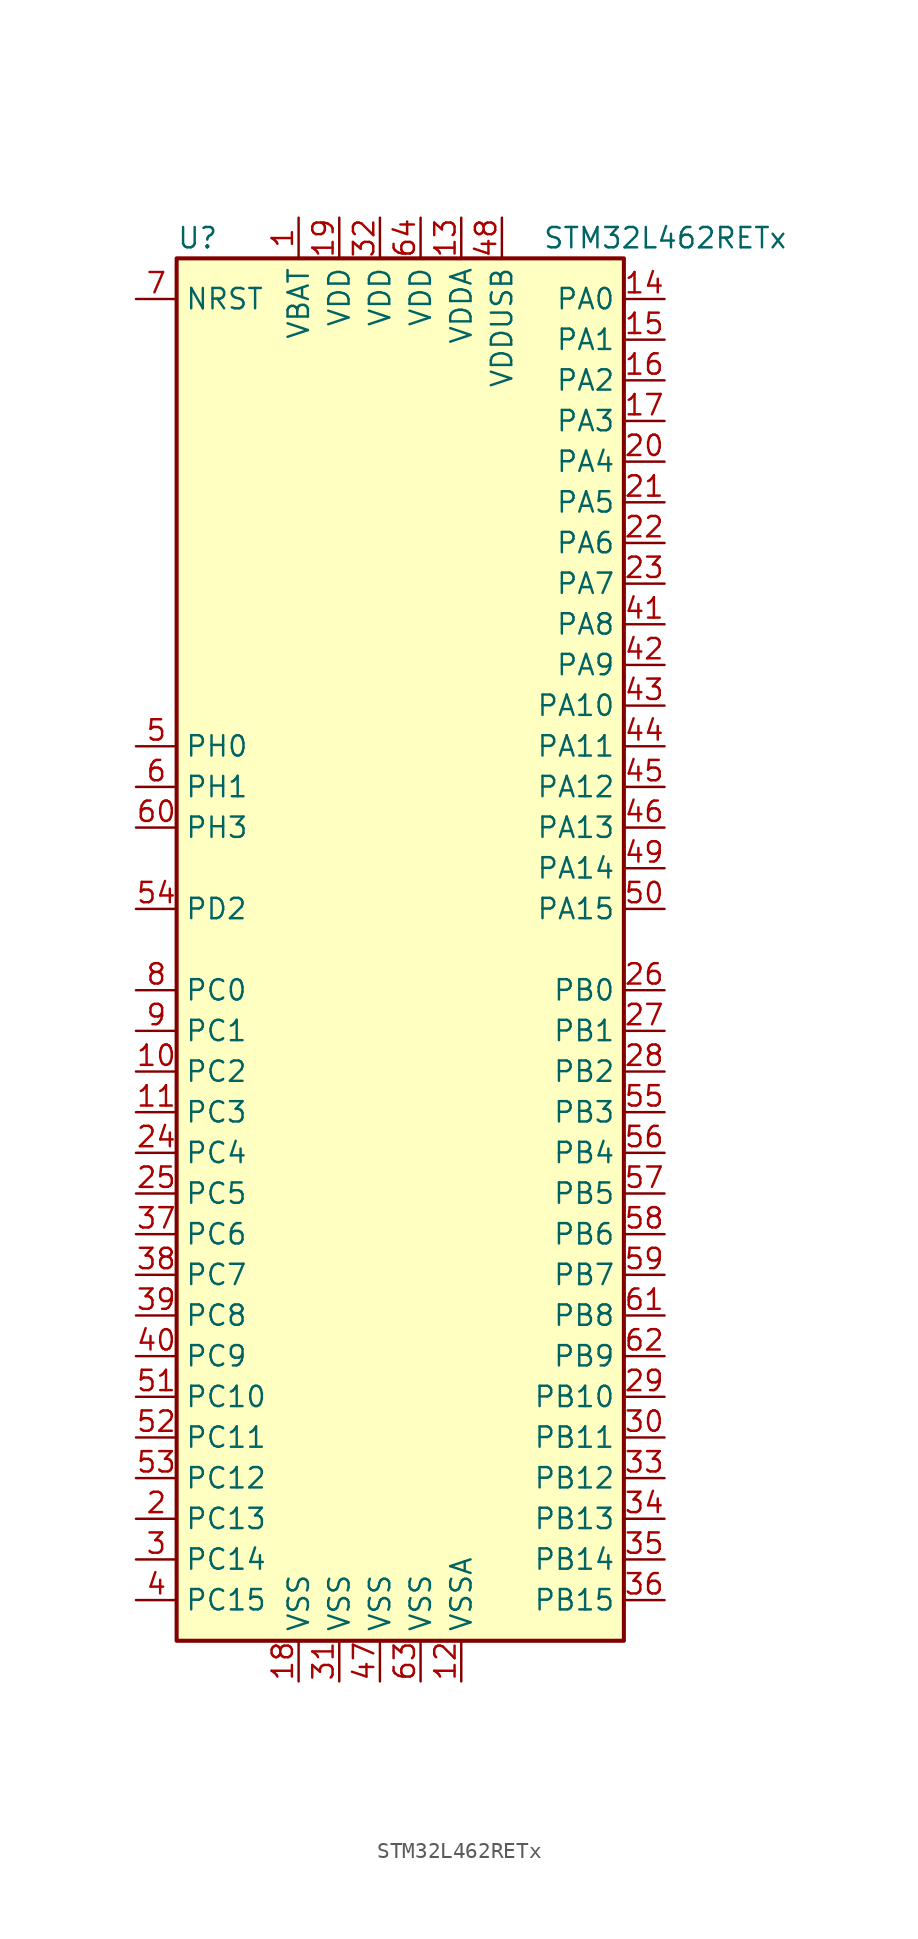
<source format=kicad_sym>
(kicad_symbol_lib
  (version 20220914)
  (generator kicad_symbol_editor)
  (symbol "STM32L462RETx"
    (property "Reference" "U"
      (at -15.24 44.45 0)
      (effects (font (size 1.27 1.27)) (justify left)))
    (property "Value" "STM32L462RETx"
      (at 7.62 44.45 0)
      (effects (font (size 1.27 1.27)) (justify left)))
    (symbol "STM32L462RETx_0_1"
      (rectangle (start -15.24 -43.18) (end 12.7 43.18) (stroke (width 0.254) (type default)) (fill (type background))))
    (symbol "STM32L462RETx_1_1"
      (pin power_in line (at -7.62 45.72 270) (length 2.54) (name "VBAT" (effects (font (size 1.27 1.27)))) (number "1" (effects (font (size 1.27 1.27)))))
      (pin bidirectional line (at -17.78 -7.62 0) (length 2.54) (name "PC2" (effects (font (size 1.27 1.27)))) (number "10" (effects (font (size 1.27 1.27)))))
      (pin bidirectional line (at -17.78 -10.16 0) (length 2.54) (name "PC3" (effects (font (size 1.27 1.27)))) (number "11" (effects (font (size 1.27 1.27)))))
      (pin power_in line (at 2.54 -45.72 90) (length 2.54) (name "VSSA" (effects (font (size 1.27 1.27)))) (number "12" (effects (font (size 1.27 1.27)))))
      (pin power_in line (at 2.54 45.72 270) (length 2.54) (name "VDDA" (effects (font (size 1.27 1.27)))) (number "13" (effects (font (size 1.27 1.27)))))
      (pin bidirectional line (at 15.24 40.64 180) (length 2.54) (name "PA0" (effects (font (size 1.27 1.27)))) (number "14" (effects (font (size 1.27 1.27)))))
      (pin bidirectional line (at 15.24 38.1 180) (length 2.54) (name "PA1" (effects (font (size 1.27 1.27)))) (number "15" (effects (font (size 1.27 1.27)))))
      (pin bidirectional line (at 15.24 35.56 180) (length 2.54) (name "PA2" (effects (font (size 1.27 1.27)))) (number "16" (effects (font (size 1.27 1.27)))))
      (pin bidirectional line (at 15.24 33.02 180) (length 2.54) (name "PA3" (effects (font (size 1.27 1.27)))) (number "17" (effects (font (size 1.27 1.27)))))
      (pin power_in line (at -7.62 -45.72 90) (length 2.54) (name "VSS" (effects (font (size 1.27 1.27)))) (number "18" (effects (font (size 1.27 1.27)))))
      (pin power_in line (at -5.08 45.72 270) (length 2.54) (name "VDD" (effects (font (size 1.27 1.27)))) (number "19" (effects (font (size 1.27 1.27)))))
      (pin bidirectional line (at -17.78 -35.56 0) (length 2.54) (name "PC13" (effects (font (size 1.27 1.27)))) (number "2" (effects (font (size 1.27 1.27)))))
      (pin bidirectional line (at 15.24 30.48 180) (length 2.54) (name "PA4" (effects (font (size 1.27 1.27)))) (number "20" (effects (font (size 1.27 1.27)))))
      (pin bidirectional line (at 15.24 27.94 180) (length 2.54) (name "PA5" (effects (font (size 1.27 1.27)))) (number "21" (effects (font (size 1.27 1.27)))))
      (pin bidirectional line (at 15.24 25.4 180) (length 2.54) (name "PA6" (effects (font (size 1.27 1.27)))) (number "22" (effects (font (size 1.27 1.27)))))
      (pin bidirectional line (at 15.24 22.86 180) (length 2.54) (name "PA7" (effects (font (size 1.27 1.27)))) (number "23" (effects (font (size 1.27 1.27)))))
      (pin bidirectional line (at -17.78 -12.7 0) (length 2.54) (name "PC4" (effects (font (size 1.27 1.27)))) (number "24" (effects (font (size 1.27 1.27)))))
      (pin bidirectional line (at -17.78 -15.24 0) (length 2.54) (name "PC5" (effects (font (size 1.27 1.27)))) (number "25" (effects (font (size 1.27 1.27)))))
      (pin bidirectional line (at 15.24 -2.54 180) (length 2.54) (name "PB0" (effects (font (size 1.27 1.27)))) (number "26" (effects (font (size 1.27 1.27)))))
      (pin bidirectional line (at 15.24 -5.08 180) (length 2.54) (name "PB1" (effects (font (size 1.27 1.27)))) (number "27" (effects (font (size 1.27 1.27)))))
      (pin bidirectional line (at 15.24 -7.62 180) (length 2.54) (name "PB2" (effects (font (size 1.27 1.27)))) (number "28" (effects (font (size 1.27 1.27)))))
      (pin bidirectional line (at 15.24 -27.94 180) (length 2.54) (name "PB10" (effects (font (size 1.27 1.27)))) (number "29" (effects (font (size 1.27 1.27)))))
      (pin bidirectional line (at -17.78 -38.1 0) (length 2.54) (name "PC14" (effects (font (size 1.27 1.27)))) (number "3" (effects (font (size 1.27 1.27)))))
      (pin bidirectional line (at 15.24 -30.48 180) (length 2.54) (name "PB11" (effects (font (size 1.27 1.27)))) (number "30" (effects (font (size 1.27 1.27)))))
      (pin power_in line (at -5.08 -45.72 90) (length 2.54) (name "VSS" (effects (font (size 1.27 1.27)))) (number "31" (effects (font (size 1.27 1.27)))))
      (pin power_in line (at -2.54 45.72 270) (length 2.54) (name "VDD" (effects (font (size 1.27 1.27)))) (number "32" (effects (font (size 1.27 1.27)))))
      (pin bidirectional line (at 15.24 -33.02 180) (length 2.54) (name "PB12" (effects (font (size 1.27 1.27)))) (number "33" (effects (font (size 1.27 1.27)))))
      (pin bidirectional line (at 15.24 -35.56 180) (length 2.54) (name "PB13" (effects (font (size 1.27 1.27)))) (number "34" (effects (font (size 1.27 1.27)))))
      (pin bidirectional line (at 15.24 -38.1 180) (length 2.54) (name "PB14" (effects (font (size 1.27 1.27)))) (number "35" (effects (font (size 1.27 1.27)))))
      (pin bidirectional line (at 15.24 -40.64 180) (length 2.54) (name "PB15" (effects (font (size 1.27 1.27)))) (number "36" (effects (font (size 1.27 1.27)))))
      (pin bidirectional line (at -17.78 -17.78 0) (length 2.54) (name "PC6" (effects (font (size 1.27 1.27)))) (number "37" (effects (font (size 1.27 1.27)))))
      (pin bidirectional line (at -17.78 -20.32 0) (length 2.54) (name "PC7" (effects (font (size 1.27 1.27)))) (number "38" (effects (font (size 1.27 1.27)))))
      (pin bidirectional line (at -17.78 -22.86 0) (length 2.54) (name "PC8" (effects (font (size 1.27 1.27)))) (number "39" (effects (font (size 1.27 1.27)))))
      (pin bidirectional line (at -17.78 -40.64 0) (length 2.54) (name "PC15" (effects (font (size 1.27 1.27)))) (number "4" (effects (font (size 1.27 1.27)))))
      (pin bidirectional line (at -17.78 -25.4 0) (length 2.54) (name "PC9" (effects (font (size 1.27 1.27)))) (number "40" (effects (font (size 1.27 1.27)))))
      (pin bidirectional line (at 15.24 20.32 180) (length 2.54) (name "PA8" (effects (font (size 1.27 1.27)))) (number "41" (effects (font (size 1.27 1.27)))))
      (pin bidirectional line (at 15.24 17.78 180) (length 2.54) (name "PA9" (effects (font (size 1.27 1.27)))) (number "42" (effects (font (size 1.27 1.27)))))
      (pin bidirectional line (at 15.24 15.24 180) (length 2.54) (name "PA10" (effects (font (size 1.27 1.27)))) (number "43" (effects (font (size 1.27 1.27)))))
      (pin bidirectional line (at 15.24 12.7 180) (length 2.54) (name "PA11" (effects (font (size 1.27 1.27)))) (number "44" (effects (font (size 1.27 1.27)))))
      (pin bidirectional line (at 15.24 10.16 180) (length 2.54) (name "PA12" (effects (font (size 1.27 1.27)))) (number "45" (effects (font (size 1.27 1.27)))))
      (pin bidirectional line (at 15.24 7.62 180) (length 2.54) (name "PA13" (effects (font (size 1.27 1.27)))) (number "46" (effects (font (size 1.27 1.27)))))
      (pin power_in line (at -2.54 -45.72 90) (length 2.54) (name "VSS" (effects (font (size 1.27 1.27)))) (number "47" (effects (font (size 1.27 1.27)))))
      (pin power_in line (at 5.08 45.72 270) (length 2.54) (name "VDDUSB" (effects (font (size 1.27 1.27)))) (number "48" (effects (font (size 1.27 1.27)))))
      (pin bidirectional line (at 15.24 5.08 180) (length 2.54) (name "PA14" (effects (font (size 1.27 1.27)))) (number "49" (effects (font (size 1.27 1.27)))))
      (pin input line (at -17.78 12.7 0) (length 2.54) (name "PH0" (effects (font (size 1.27 1.27)))) (number "5" (effects (font (size 1.27 1.27)))))
      (pin bidirectional line (at 15.24 2.54 180) (length 2.54) (name "PA15" (effects (font (size 1.27 1.27)))) (number "50" (effects (font (size 1.27 1.27)))))
      (pin bidirectional line (at -17.78 -27.94 0) (length 2.54) (name "PC10" (effects (font (size 1.27 1.27)))) (number "51" (effects (font (size 1.27 1.27)))))
      (pin bidirectional line (at -17.78 -30.48 0) (length 2.54) (name "PC11" (effects (font (size 1.27 1.27)))) (number "52" (effects (font (size 1.27 1.27)))))
      (pin bidirectional line (at -17.78 -33.02 0) (length 2.54) (name "PC12" (effects (font (size 1.27 1.27)))) (number "53" (effects (font (size 1.27 1.27)))))
      (pin bidirectional line (at -17.78 2.54 0) (length 2.54) (name "PD2" (effects (font (size 1.27 1.27)))) (number "54" (effects (font (size 1.27 1.27)))))
      (pin bidirectional line (at 15.24 -10.16 180) (length 2.54) (name "PB3" (effects (font (size 1.27 1.27)))) (number "55" (effects (font (size 1.27 1.27)))))
      (pin bidirectional line (at 15.24 -12.7 180) (length 2.54) (name "PB4" (effects (font (size 1.27 1.27)))) (number "56" (effects (font (size 1.27 1.27)))))
      (pin bidirectional line (at 15.24 -15.24 180) (length 2.54) (name "PB5" (effects (font (size 1.27 1.27)))) (number "57" (effects (font (size 1.27 1.27)))))
      (pin bidirectional line (at 15.24 -17.78 180) (length 2.54) (name "PB6" (effects (font (size 1.27 1.27)))) (number "58" (effects (font (size 1.27 1.27)))))
      (pin bidirectional line (at 15.24 -20.32 180) (length 2.54) (name "PB7" (effects (font (size 1.27 1.27)))) (number "59" (effects (font (size 1.27 1.27)))))
      (pin input line (at -17.78 10.16 0) (length 2.54) (name "PH1" (effects (font (size 1.27 1.27)))) (number "6" (effects (font (size 1.27 1.27)))))
      (pin bidirectional line (at -17.78 7.62 0) (length 2.54) (name "PH3" (effects (font (size 1.27 1.27)))) (number "60" (effects (font (size 1.27 1.27)))))
      (pin bidirectional line (at 15.24 -22.86 180) (length 2.54) (name "PB8" (effects (font (size 1.27 1.27)))) (number "61" (effects (font (size 1.27 1.27)))))
      (pin bidirectional line (at 15.24 -25.4 180) (length 2.54) (name "PB9" (effects (font (size 1.27 1.27)))) (number "62" (effects (font (size 1.27 1.27)))))
      (pin power_in line (at 0 -45.72 90) (length 2.54) (name "VSS" (effects (font (size 1.27 1.27)))) (number "63" (effects (font (size 1.27 1.27)))))
      (pin power_in line (at 0 45.72 270) (length 2.54) (name "VDD" (effects (font (size 1.27 1.27)))) (number "64" (effects (font (size 1.27 1.27)))))
      (pin input line (at -17.78 40.64 0) (length 2.54) (name "NRST" (effects (font (size 1.27 1.27)))) (number "7" (effects (font (size 1.27 1.27)))))
      (pin bidirectional line (at -17.78 -2.54 0) (length 2.54) (name "PC0" (effects (font (size 1.27 1.27)))) (number "8" (effects (font (size 1.27 1.27)))))
      (pin bidirectional line (at -17.78 -5.08 0) (length 2.54) (name "PC1" (effects (font (size 1.27 1.27)))) (number "9" (effects (font (size 1.27 1.27))))))))
</source>
